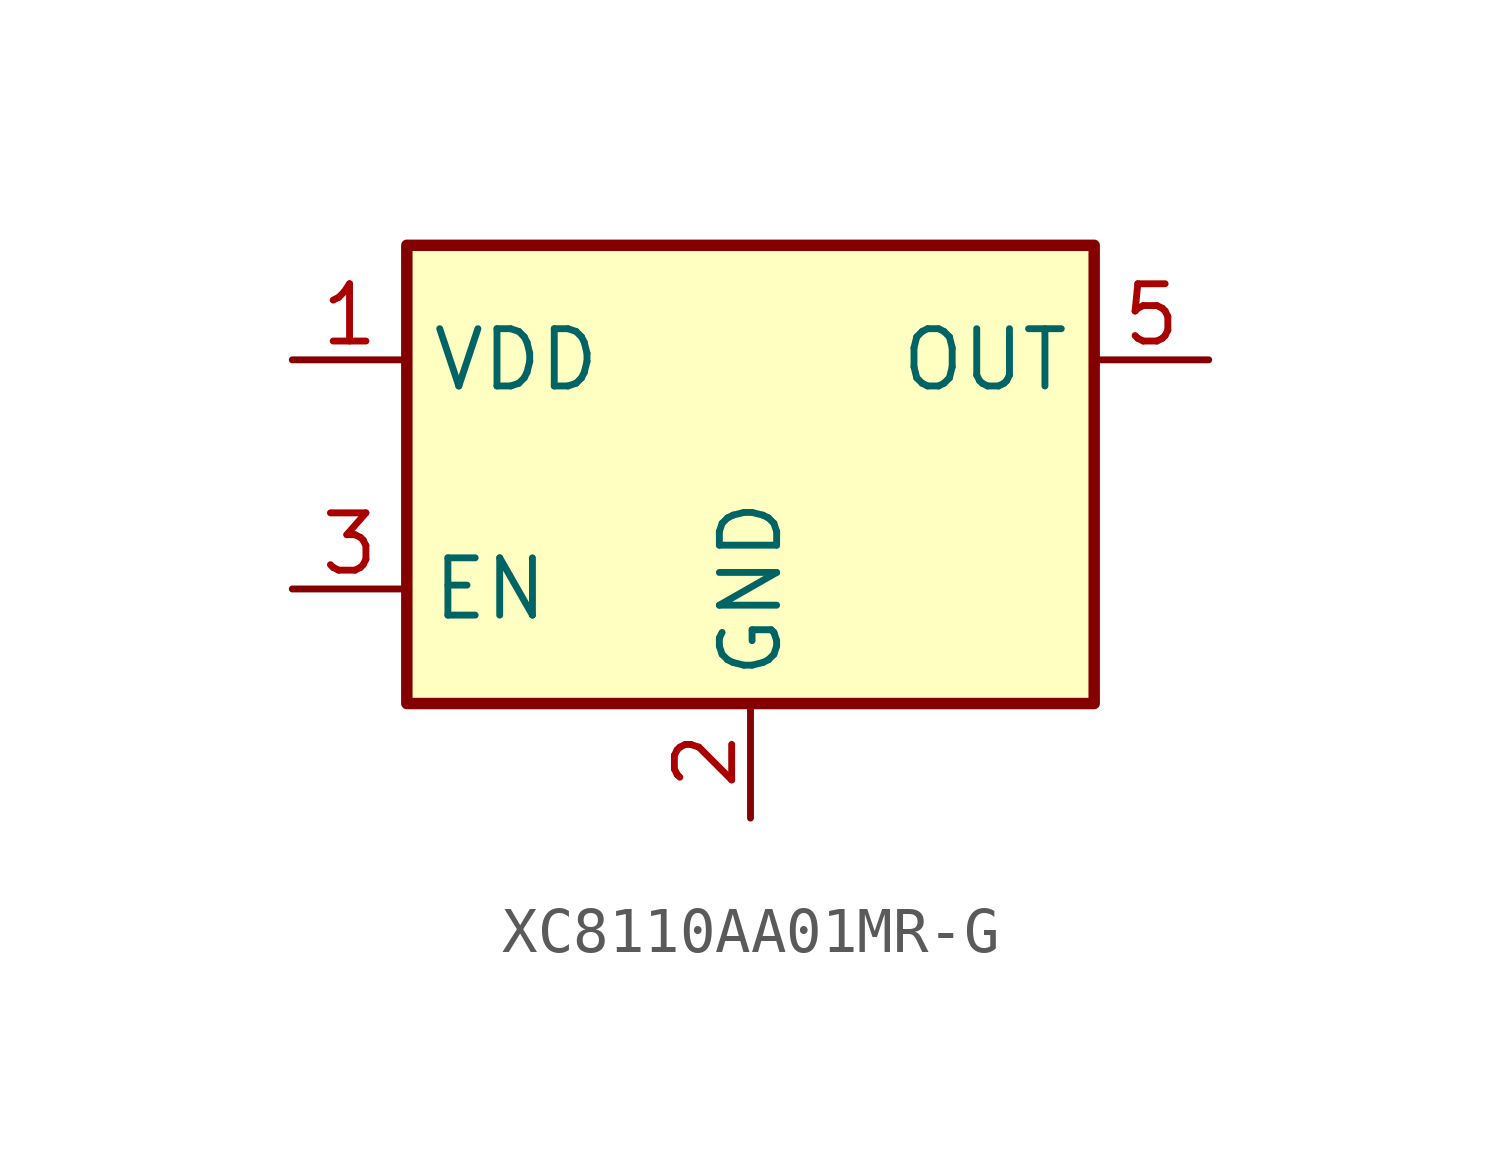
<source format=kicad_sym>
(kicad_symbol_lib
  (version 20231120)
  (generator "kicad_symbol_editor")
  (generator_version "8.0")
  (symbol "XC8110AA01MR-G"
    (property "Reference" "U"
      (at -6.35 6.35 0)
      (effects (font (size 1.27 1.27)) (hide yes)))
    (symbol "XC8110AA01MR-G_1_1"
      (rectangle (start -7.62 5.08) (end 7.62 -5.08) (stroke (width 0.254) (type default)) (fill (type background)))
      (pin power_in line (at -10.16 2.54 0) (length 2.54) (name "VDD" (effects (font (size 1.27 1.27)))) (number "1" (effects (font (size 1.27 1.27)))))
      (pin power_in line (at 0 -7.62 90) (length 2.54) (name "GND" (effects (font (size 1.27 1.27)))) (number "2" (effects (font (size 1.27 1.27)))))
      (pin input line (at -10.16 -2.54 0) (length 2.54) (name "EN" (effects (font (size 1.27 1.27)))) (number "3" (effects (font (size 1.27 1.27)))))
      (pin no_connect line (at 7.62 -2.54 180) (length 2.54) hide (name "NC" (effects (font (size 1.27 1.27)))) (number "4" (effects (font (size 1.27 1.27)))))
      (pin passive line (at 10.16 2.54 180) (length 2.54) (name "OUT" (effects (font (size 1.27 1.27)))) (number "5" (effects (font (size 1.27 1.27))))))))
</source>
